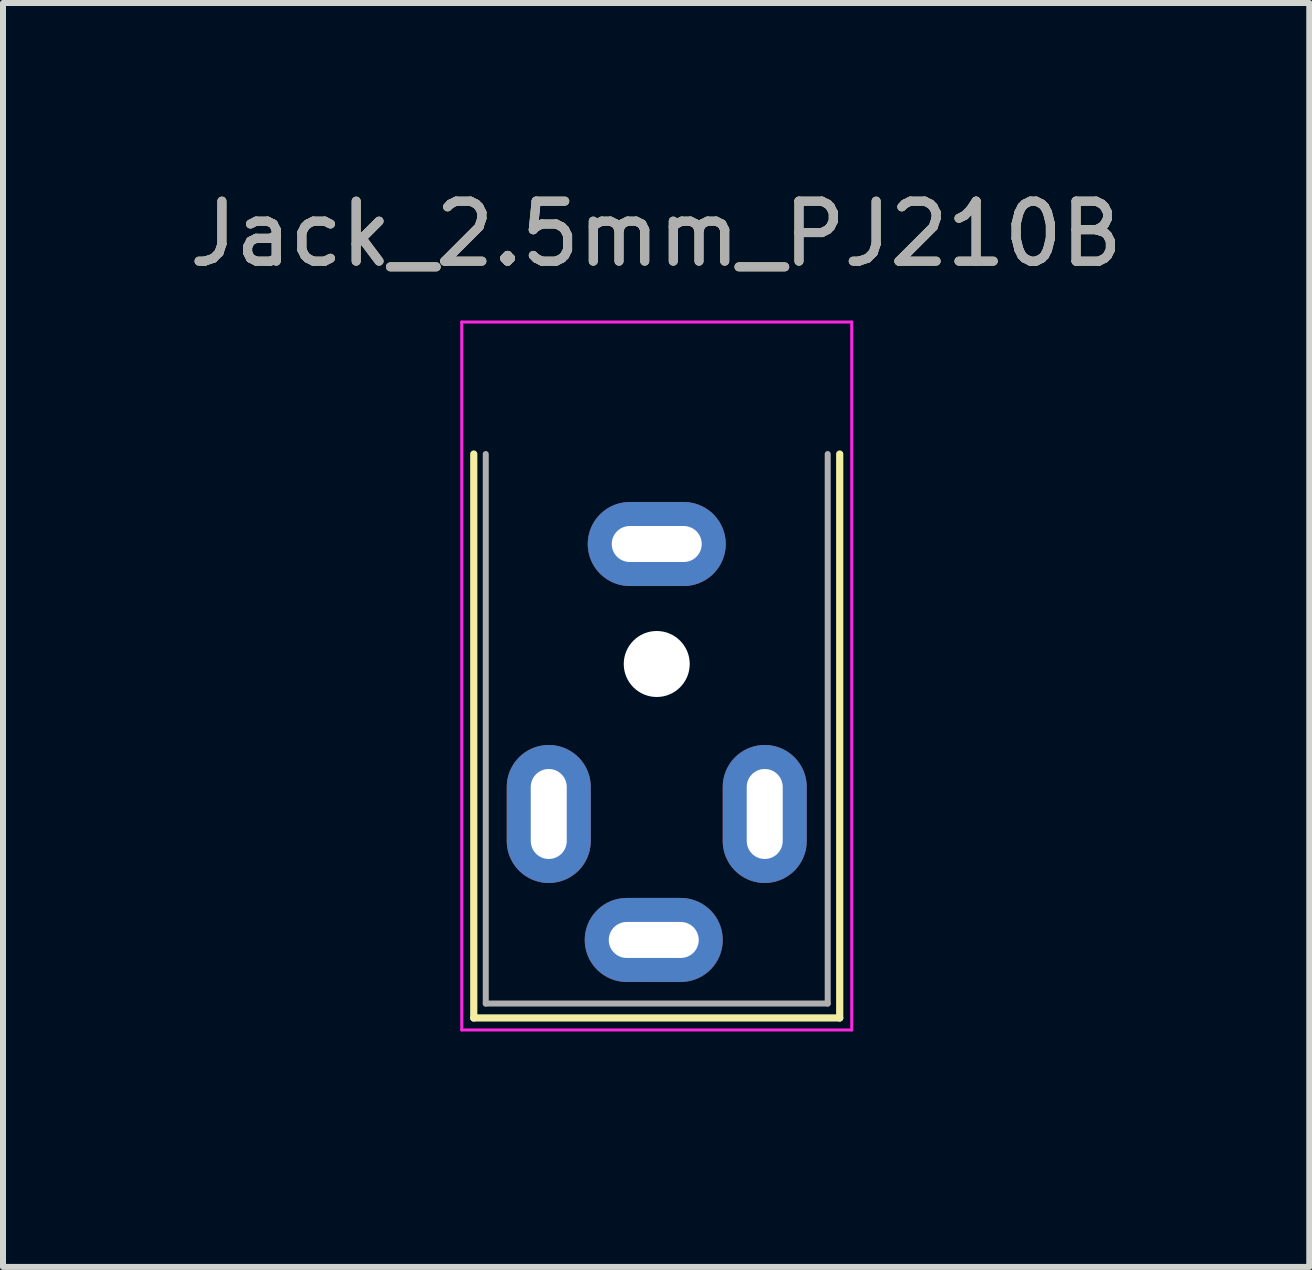
<source format=kicad_pcb>
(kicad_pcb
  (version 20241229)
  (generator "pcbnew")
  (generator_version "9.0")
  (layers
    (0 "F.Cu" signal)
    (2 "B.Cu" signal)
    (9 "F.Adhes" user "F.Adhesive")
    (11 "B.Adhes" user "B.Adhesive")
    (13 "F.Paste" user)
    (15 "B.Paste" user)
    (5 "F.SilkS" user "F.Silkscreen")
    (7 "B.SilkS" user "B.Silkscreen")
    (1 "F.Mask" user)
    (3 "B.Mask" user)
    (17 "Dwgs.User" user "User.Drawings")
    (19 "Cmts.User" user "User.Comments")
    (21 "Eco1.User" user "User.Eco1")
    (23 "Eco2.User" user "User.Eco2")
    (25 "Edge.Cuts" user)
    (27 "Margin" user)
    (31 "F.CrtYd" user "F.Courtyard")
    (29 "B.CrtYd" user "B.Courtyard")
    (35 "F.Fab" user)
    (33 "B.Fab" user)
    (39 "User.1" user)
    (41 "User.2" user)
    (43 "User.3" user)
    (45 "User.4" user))
  (footprint "Jack_2.5mm_PJ210B"
    (layer "F.Cu")
    (at 5.347 14.818)
    (property "Reference" "Jack_2.5mm_PJ210B" (at 2.54 -13.97 0) (layer "F.SilkS") (effects (font (size 1 1) (thickness 0.15))))
    (attr through_hole)
    (fp_line (start -0.5 -10.3) (end -0.5 -0.9) (stroke (width 0.12) (type solid)) (layer "F.SilkS"))
    (fp_line (start -0.5 -0.9) (end 5.6 -0.9) (stroke (width 0.12) (type solid)) (layer "F.SilkS"))
    (fp_line (start 5.6 -10.3) (end 5.6 -0.9) (stroke (width 0.12) (type solid)) (layer "F.SilkS"))
    (fp_line (start -0.7 -12.5) (end -0.7 -0.7) (stroke (width 0.05) (type solid)) (layer "F.CrtYd"))
    (fp_line (start -0.7 -12.5) (end 5.8 -12.5) (stroke (width 0.05) (type solid)) (layer "F.CrtYd"))
    (fp_line (start -0.7 -0.7) (end 5.8 -0.7) (stroke (width 0.05) (type solid)) (layer "F.CrtYd"))
    (fp_line (start 5.8 -12.5) (end 5.8 -0.7) (stroke (width 0.05) (type solid)) (layer "F.CrtYd"))
    (fp_line (start -0.3 -1.14) (end -0.3 -10.3) (stroke (width 0.1) (type solid)) (layer "F.Fab"))
    (fp_line (start 5.4 -10.3) (end 5.4 -1.14) (stroke (width 0.1) (type solid)) (layer "F.Fab"))
    (fp_line (start 5.4 -1.14) (end -0.3 -1.14) (stroke (width 0.1) (type solid)) (layer "F.Fab"))
    (fp_text user "${REFERENCE}" (at 2.54 -13.97 0) (layer "F.Fab") (effects (font (size 1 1) (thickness 0.15))))
    (pad "" np_thru_hole circle (at 2.55 -6.8 270) (size 1.1 1.1) (drill 1.1) (layers "*.Cu" "*.Mask"))
    (pad "G" thru_hole oval (at 2.55 -8.8 270) (size 1.4 2.3) (drill oval 0.6 1.5) (layers "*.Cu" "*.Mask"))
    (pad "R" thru_hole oval (at 4.35 -4.3 270) (size 2.3 1.4) (drill oval 1.5 0.6) (layers "*.Cu" "*.Mask"))
    (pad "S" thru_hole oval (at 2.5 -2.2 270) (size 1.4 2.3) (drill oval 0.6 1.5) (layers "*.Cu" "*.Mask"))
    (pad "T" thru_hole oval (at 0.75 -4.3 270) (size 2.3 1.4) (drill oval 1.5 0.6) (layers "*.Cu" "*.Mask")))
  (gr_rect
    (start -3 -3)
    (end 18.774 18.068)
    (stroke (width 0.1) (type default))
    (fill no)
    (layer "Edge.Cuts")))
</source>
